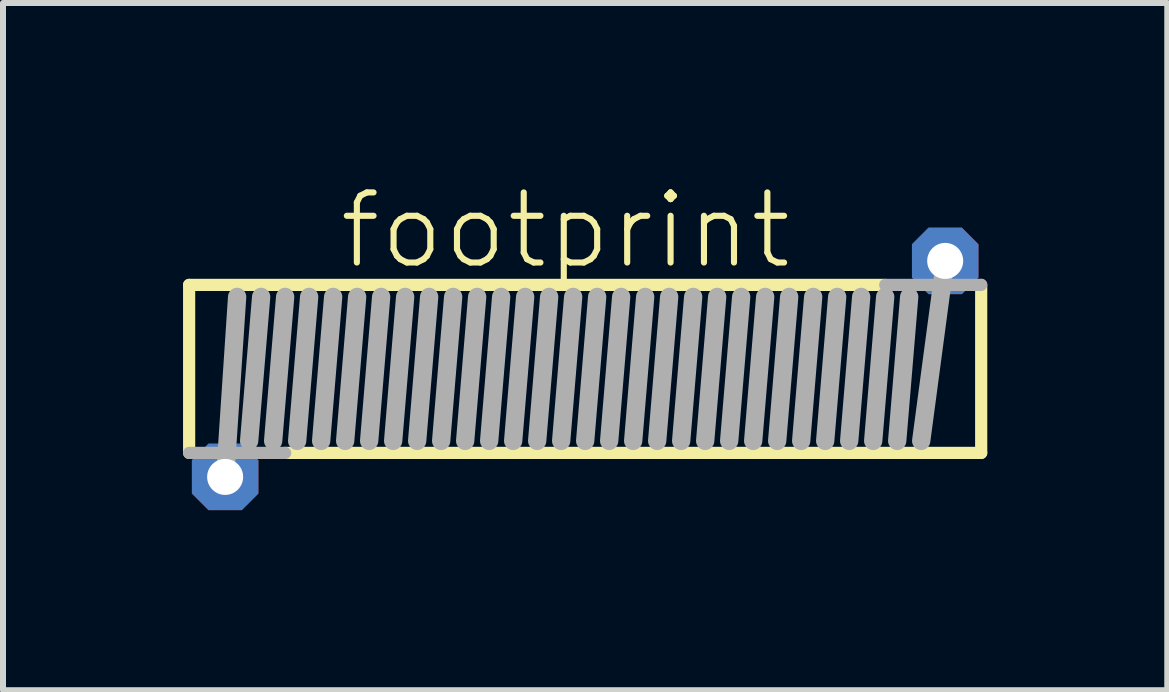
<source format=kicad_pcb>
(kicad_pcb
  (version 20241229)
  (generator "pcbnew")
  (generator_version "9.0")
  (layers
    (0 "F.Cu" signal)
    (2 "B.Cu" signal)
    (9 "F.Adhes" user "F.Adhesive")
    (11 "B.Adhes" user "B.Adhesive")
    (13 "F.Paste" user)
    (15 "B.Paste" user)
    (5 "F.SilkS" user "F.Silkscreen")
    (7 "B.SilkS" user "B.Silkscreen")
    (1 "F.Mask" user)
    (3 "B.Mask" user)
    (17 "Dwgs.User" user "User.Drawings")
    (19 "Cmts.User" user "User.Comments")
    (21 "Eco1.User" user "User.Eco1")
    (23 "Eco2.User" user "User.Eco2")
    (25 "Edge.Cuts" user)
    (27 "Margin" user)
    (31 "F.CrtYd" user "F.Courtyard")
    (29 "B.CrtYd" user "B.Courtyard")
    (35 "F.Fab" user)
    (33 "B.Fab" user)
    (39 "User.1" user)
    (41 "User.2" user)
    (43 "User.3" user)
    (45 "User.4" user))
  (footprint "footprint"
    (layer "F.Cu")
    (at 6.702 3.098)
    (property "Reference" "footprint" (at -4.15 -1.625 0) (layer "F.SilkS") (effects (font (size 1.168 1.168) (thickness 0.102)) (justify left bottom)))
    (fp_line (start -6.6 -1.4) (end -6.6 1.4) (stroke (width 0.203) (type solid)) (layer "F.SilkS"))
    (fp_line (start -5 1.4) (end 6.6 1.4) (stroke (width 0.203) (type solid)) (layer "F.SilkS"))
    (fp_line (start 5 -1.4) (end -6.6 -1.4) (stroke (width 0.203) (type solid)) (layer "F.SilkS"))
    (fp_line (start 6.6 1.4) (end 6.6 -1.4) (stroke (width 0.203) (type solid)) (layer "F.SilkS"))
    (fp_line (start -6.6 1.4) (end -5 1.4) (stroke (width 0.203) (type solid)) (layer "F.Fab"))
    (fp_line (start -6 1.8) (end -5.8 -1.2) (stroke (width 0.305) (type solid)) (layer "F.Fab"))
    (fp_line (start -5.6 1.2) (end -5.4 -1.2) (stroke (width 0.305) (type solid)) (layer "F.Fab"))
    (fp_line (start -5.2 1.2) (end -5 -1.2) (stroke (width 0.305) (type solid)) (layer "F.Fab"))
    (fp_line (start -4.8 1.2) (end -4.6 -1.2) (stroke (width 0.305) (type solid)) (layer "F.Fab"))
    (fp_line (start -4.4 1.2) (end -4.2 -1.2) (stroke (width 0.305) (type solid)) (layer "F.Fab"))
    (fp_line (start -4 1.2) (end -3.8 -1.2) (stroke (width 0.305) (type solid)) (layer "F.Fab"))
    (fp_line (start -3.6 1.2) (end -3.4 -1.2) (stroke (width 0.305) (type solid)) (layer "F.Fab"))
    (fp_line (start -3.2 1.2) (end -3 -1.2) (stroke (width 0.305) (type solid)) (layer "F.Fab"))
    (fp_line (start -2.8 1.2) (end -2.6 -1.2) (stroke (width 0.305) (type solid)) (layer "F.Fab"))
    (fp_line (start -2.4 1.2) (end -2.2 -1.2) (stroke (width 0.305) (type solid)) (layer "F.Fab"))
    (fp_line (start -2 1.2) (end -1.8 -1.2) (stroke (width 0.305) (type solid)) (layer "F.Fab"))
    (fp_line (start -1.6 1.2) (end -1.4 -1.2) (stroke (width 0.305) (type solid)) (layer "F.Fab"))
    (fp_line (start -1.2 1.2) (end -1 -1.2) (stroke (width 0.305) (type solid)) (layer "F.Fab"))
    (fp_line (start -0.8 1.2) (end -0.6 -1.2) (stroke (width 0.305) (type solid)) (layer "F.Fab"))
    (fp_line (start -0.4 1.2) (end -0.2 -1.2) (stroke (width 0.305) (type solid)) (layer "F.Fab"))
    (fp_line (start 0 1.2) (end 0.2 -1.2) (stroke (width 0.305) (type solid)) (layer "F.Fab"))
    (fp_line (start 0.4 1.2) (end 0.6 -1.2) (stroke (width 0.305) (type solid)) (layer "F.Fab"))
    (fp_line (start 0.8 1.2) (end 1 -1.2) (stroke (width 0.305) (type solid)) (layer "F.Fab"))
    (fp_line (start 1.2 1.2) (end 1.4 -1.2) (stroke (width 0.305) (type solid)) (layer "F.Fab"))
    (fp_line (start 1.6 1.2) (end 1.8 -1.2) (stroke (width 0.305) (type solid)) (layer "F.Fab"))
    (fp_line (start 2 1.2) (end 2.2 -1.2) (stroke (width 0.305) (type solid)) (layer "F.Fab"))
    (fp_line (start 2.4 1.2) (end 2.6 -1.2) (stroke (width 0.305) (type solid)) (layer "F.Fab"))
    (fp_line (start 2.8 1.2) (end 3 -1.2) (stroke (width 0.305) (type solid)) (layer "F.Fab"))
    (fp_line (start 3.2 1.2) (end 3.4 -1.2) (stroke (width 0.305) (type solid)) (layer "F.Fab"))
    (fp_line (start 3.6 1.2) (end 3.8 -1.2) (stroke (width 0.305) (type solid)) (layer "F.Fab"))
    (fp_line (start 4 1.2) (end 4.2 -1.2) (stroke (width 0.305) (type solid)) (layer "F.Fab"))
    (fp_line (start 4.4 1.2) (end 4.6 -1.2) (stroke (width 0.305) (type solid)) (layer "F.Fab"))
    (fp_line (start 4.8 1.2) (end 5 -1.2) (stroke (width 0.305) (type solid)) (layer "F.Fab"))
    (fp_line (start 5.2 1.2) (end 5.4 -1.2) (stroke (width 0.305) (type solid)) (layer "F.Fab"))
    (fp_line (start 6 -1.8) (end 5.6 1.2) (stroke (width 0.305) (type solid)) (layer "F.Fab"))
    (fp_line (start 6.6 -1.4) (end 5 -1.4) (stroke (width 0.203) (type solid)) (layer "F.Fab"))
    (pad "1" thru_hole roundrect (at -6 1.8) (size 1.108 1.108) (drill 0.6) (layers "*.Cu" "*.Mask") (roundrect_rratio 0.25) (chamfer_ratio 0.25) (chamfer top_left top_right bottom_left bottom_right))
    (pad "2" thru_hole roundrect (at 6 -1.8) (size 1.108 1.108) (drill 0.6) (layers "*.Cu" "*.Mask") (roundrect_rratio 0.25) (chamfer_ratio 0.25) (chamfer top_left top_right bottom_left bottom_right)))
  (gr_rect
    (start -3 -3)
    (end 16.403 8.452)
    (stroke (width 0.1) (type default))
    (fill no)
    (layer "Edge.Cuts")))
</source>
